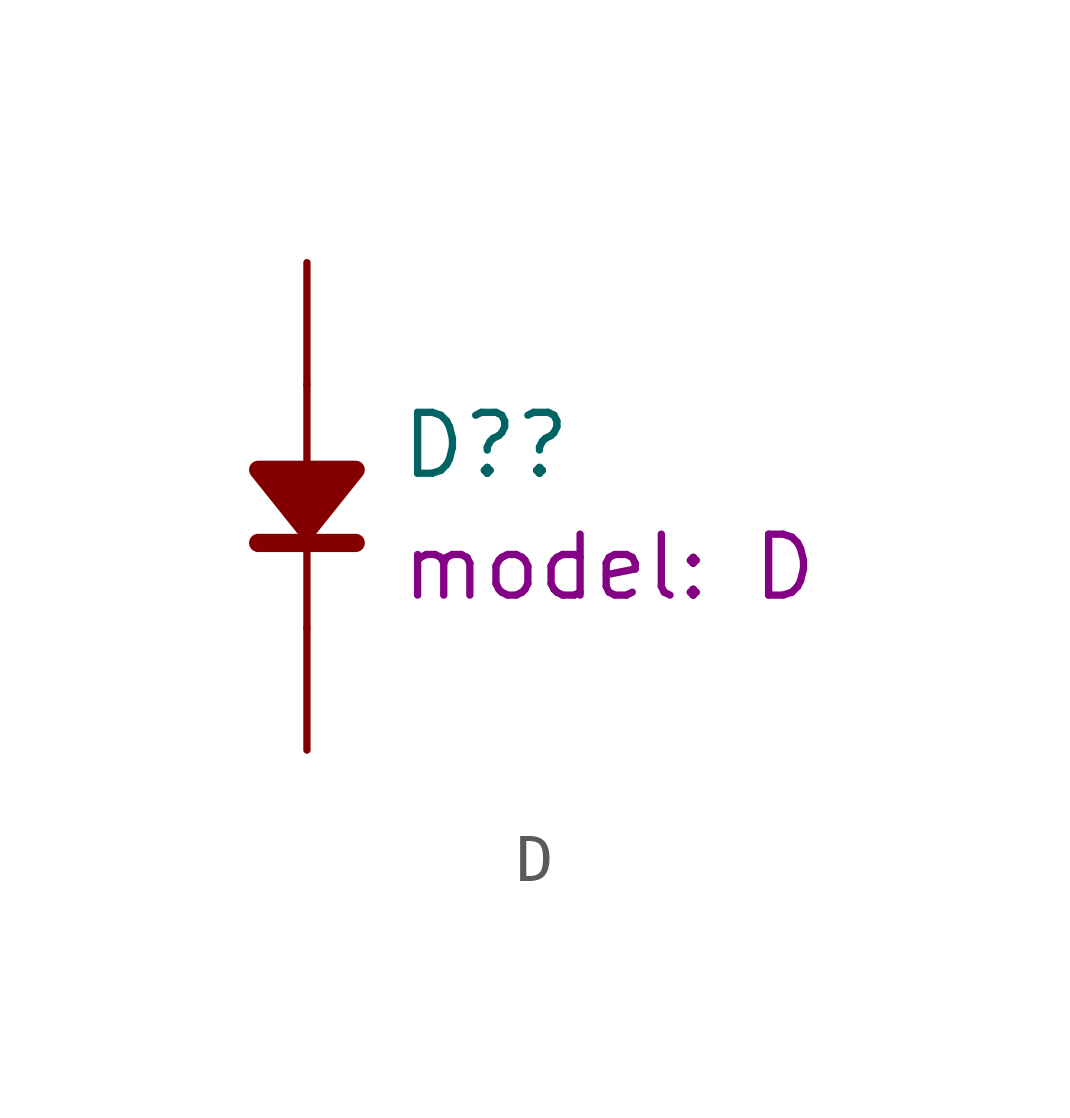
<source format=kicad_sym>
(kicad_symbol_lib
  (version 20231120)
  (generator "kicad_symbol_editor")
  (generator_version "8.0")
  (symbol "D"
    (pin_numbers hide)
    (pin_names
      (offset 1.016) hide)
    (property "Reference" "D?"
      (at 1.905 1.27 0)
      (effects (font (size 1.27 1.27)) (justify left)))
    (property "model" "D"
      (at 1.905 -1.27 0)
      (show_name)
      (effects (font (size 1.27 1.27)) (justify left)))
    (symbol "D_0_1"
      (polyline (pts (xy -1.016 -0.762) (xy 1.016 -0.762)) (stroke (width 0.381) (type solid)) (fill (type none)))
      (polyline (pts (xy 0 -2.54) (xy 0 -0.508)) (stroke (width 0) (type solid)) (fill (type none)))
      (polyline (pts (xy 0 2.54) (xy 0 0.762) (xy 0 1.016)) (stroke (width 0) (type solid)) (fill (type none)))
      (polyline (pts (xy 0 -0.508) (xy -1.016 0.762) (xy 1.016 0.762) (xy 0 -0.508)) (stroke (width 0.381) (type solid)) (fill (type outline))))
    (symbol "D_1_0"
      (pin passive line (at 0 5.08 270) (length 2.54) (name "1" (effects (font (size 1.27 1.27)))) (number "1" (effects (font (size 1.27 1.27)))))
      (pin passive line (at 0 -5.08 90) (length 2.54) (name "2" (effects (font (size 1.27 1.27)))) (number "2" (effects (font (size 1.27 1.27))))))))
</source>
